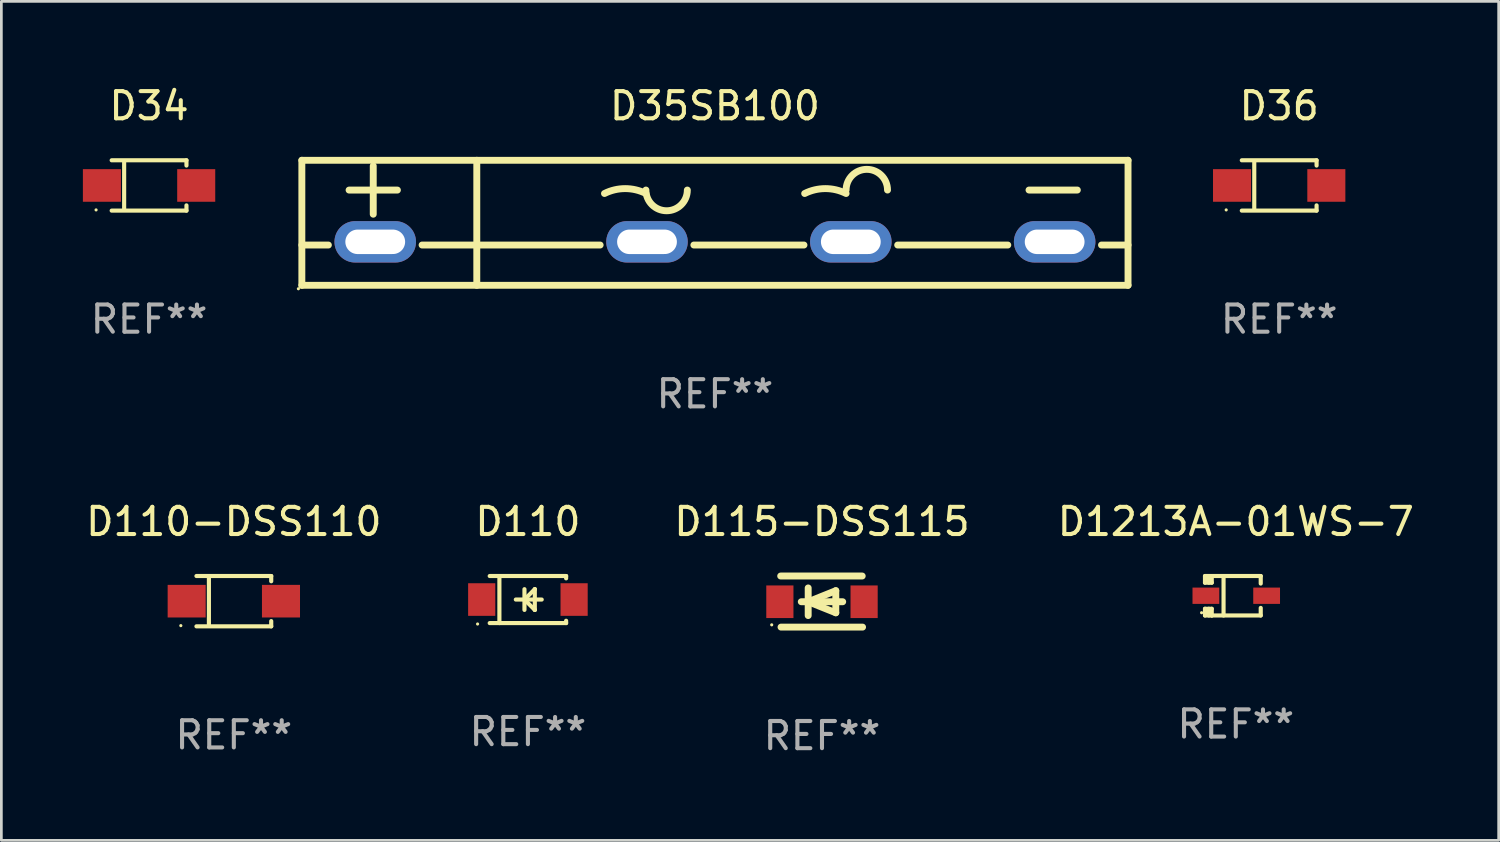
<source format=kicad_pcb>
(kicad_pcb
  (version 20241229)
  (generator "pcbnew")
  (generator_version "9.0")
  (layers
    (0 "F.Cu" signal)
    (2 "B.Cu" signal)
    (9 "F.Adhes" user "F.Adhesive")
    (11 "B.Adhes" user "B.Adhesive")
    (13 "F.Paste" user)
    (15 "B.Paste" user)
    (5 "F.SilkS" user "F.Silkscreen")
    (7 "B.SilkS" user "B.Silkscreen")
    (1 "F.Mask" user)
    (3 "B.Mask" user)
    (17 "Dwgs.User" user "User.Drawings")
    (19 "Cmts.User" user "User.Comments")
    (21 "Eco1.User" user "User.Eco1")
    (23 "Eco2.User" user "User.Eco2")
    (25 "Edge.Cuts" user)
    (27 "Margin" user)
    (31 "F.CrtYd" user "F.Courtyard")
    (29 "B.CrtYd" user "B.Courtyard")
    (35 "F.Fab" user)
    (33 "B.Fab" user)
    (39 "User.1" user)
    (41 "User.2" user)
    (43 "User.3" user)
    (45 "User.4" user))
  (footprint "D35SB100"
    (layer "F.Cu")
    (at 23.257 5.148)
    (property "Reference" "D35SB100" (at 0 -4.3 0) (layer "F.SilkS") (effects (font (size 1 1) (thickness 0.15))))
    (attr through_hole)
    (fp_line (start -15.2 -2.3) (end -15.2 2.3) (stroke (width 0.254) (type solid)) (layer "F.SilkS"))
    (fp_line (start -15.2 0.818) (end -14.224 0.818) (stroke (width 0.254) (type solid)) (layer "F.SilkS"))
    (fp_line (start -15.2 2.3) (end 15.2 2.3) (stroke (width 0.254) (type solid)) (layer "F.SilkS"))
    (fp_line (start -13.462 -1.204) (end -11.684 -1.204) (stroke (width 0.254) (type solid)) (layer "F.SilkS"))
    (fp_line (start -12.573 -0.316) (end -12.573 -2.094) (stroke (width 0.254) (type solid)) (layer "F.SilkS"))
    (fp_line (start -10.776 0.818) (end -4.224 0.818) (stroke (width 0.254) (type solid)) (layer "F.SilkS"))
    (fp_line (start -8.763 -2.3) (end -8.763 2.3) (stroke (width 0.254) (type solid)) (layer "F.SilkS"))
    (fp_line (start -0.776 0.818) (end 3.276 0.818) (stroke (width 0.254) (type solid)) (layer "F.SilkS"))
    (fp_line (start 6.724 0.818) (end 10.776 0.818) (stroke (width 0.254) (type solid)) (layer "F.SilkS"))
    (fp_line (start 11.557 -1.205) (end 13.335 -1.205) (stroke (width 0.254) (type solid)) (layer "F.SilkS"))
    (fp_line (start 14.224 0.818) (end 15.2 0.818) (stroke (width 0.254) (type solid)) (layer "F.SilkS"))
    (fp_line (start 15.2 -2.3) (end -15.2 -2.3) (stroke (width 0.254) (type solid)) (layer "F.SilkS"))
    (fp_line (start 15.2 2.3) (end 15.2 -2.3) (stroke (width 0.254) (type solid)) (layer "F.SilkS"))
    (fp_arc (start -4.064072 -1.078016) (mid -3.30207 -1.2579) (end -2.540069 -1.078016) (stroke (width 0.254001) (type solid)) (layer "F.SilkS"))
    (fp_arc (start -1.016015 -1.204763) (mid -1.778016 -0.442762) (end -2.540017 -1.204763) (stroke (width 0.254001) (type solid)) (layer "F.SilkS"))
    (fp_arc (start 3.301994 -1.078016) (mid 4.063995 -1.2579) (end 4.825997 -1.078016) (stroke (width 0.254001) (type solid)) (layer "F.SilkS"))
    (fp_arc (start 4.826047 -1.204763) (mid 5.588049 -1.966765) (end 6.350051 -1.204763) (stroke (width 0.254001) (type solid)) (layer "F.SilkS"))
    (fp_circle (center -15.327 2.427) (end -15.297 2.427) (stroke (width 0.06) (type solid)) (fill no) (layer "F.SilkS"))
    (fp_text user "REF**" (at 0 6.3 0) (layer "F.Fab") (effects (font (size 1 1) (thickness 0.15))))
    (pad "1" thru_hole oval (at -12.5 0.7) (size 3 1.524) (drill oval 2.2 0.9) (layers "*.Cu" "*.Mask"))
    (pad "2" thru_hole oval (at -2.5 0.7) (size 3 1.524) (drill oval 2.2 0.9) (layers "*.Cu" "*.Mask"))
    (pad "3" thru_hole oval (at 5 0.7) (size 3 1.524) (drill oval 2.2 0.9) (layers "*.Cu" "*.Mask"))
    (pad "4" thru_hole oval (at 12.5 0.7) (size 3 1.524) (drill oval 2.2 0.9) (layers "*.Cu" "*.Mask")))
  (footprint "D110-DSS110"
    (layer "F.Cu")
    (at 5.554 19.071)
    (property "Reference" "D110-DSS110" (at 0 -2.926 0) (layer "F.SilkS") (effects (font (size 1 1) (thickness 0.15))))
    (attr through_hole)
    (fp_line (start -1.376 -0.926) (end 1.376 -0.926) (stroke (width 0.152) (type solid)) (layer "F.SilkS"))
    (fp_line (start -1.376 0.926) (end 1.376 0.926) (stroke (width 0.152) (type solid)) (layer "F.SilkS"))
    (fp_line (start -0.917 -0.876) (end -0.917 0.876) (stroke (width 0.152) (type solid)) (layer "F.SilkS"))
    (fp_line (start 1.376 -0.926) (end 1.376 -0.733) (stroke (width 0.152) (type solid)) (layer "F.SilkS"))
    (fp_line (start 1.376 0.926) (end 1.376 0.733) (stroke (width 0.152) (type solid)) (layer "F.SilkS"))
    (fp_circle (center -1.95 0.9) (end -1.92 0.9) (stroke (width 0.06) (type solid)) (fill no) (layer "F.SilkS"))
    (fp_text user "REF**" (at 0 4.926 0) (layer "F.Fab") (effects (font (size 1 1) (thickness 0.15))))
    (pad "1" smd rect (at -1.735 0) (size 1.4 1.2) (layers "F.Cu" "F.Mask" "F.Paste"))
    (pad "2" smd rect (at 1.735 0) (size 1.4 1.2) (layers "F.Cu" "F.Mask" "F.Paste")))
  (footprint "D110"
    (layer "F.Cu")
    (at 16.375 19.011)
    (property "Reference" "D110" (at 0 -2.866 0) (layer "F.SilkS") (effects (font (size 1 1) (thickness 0.15))))
    (attr through_hole)
    (fp_line (start -1.406 -0.866) (end 1.406 -0.866) (stroke (width 0.152) (type solid)) (layer "F.SilkS"))
    (fp_line (start -1.406 0.866) (end 1.406 0.866) (stroke (width 0.152) (type solid)) (layer "F.SilkS"))
    (fp_line (start -1.049 -0.866) (end -1.049 0.866) (stroke (width 0.152) (type solid)) (layer "F.SilkS"))
    (fp_line (start -0.445 0) (end 0.508 0) (stroke (width 0.152) (type solid)) (layer "F.SilkS"))
    (fp_line (start -0.127 -0.381) (end -0.127 0.381) (stroke (width 0.152) (type solid)) (layer "F.SilkS"))
    (fp_line (start 0.254 -0.381) (end -0.127 0) (stroke (width 0.152) (type solid)) (layer "F.SilkS"))
    (fp_line (start 0.254 0.381) (end -0.127 0) (stroke (width 0.152) (type solid)) (layer "F.SilkS"))
    (fp_line (start 0.254 -0.381) (end 0.254 -0.381) (stroke (width 0.152) (type solid)) (layer "F.SilkS"))
    (fp_line (start 0.254 -0.381) (end 0.254 0.381) (stroke (width 0.152) (type solid)) (layer "F.SilkS"))
    (fp_line (start 0.254 0.381) (end 0.254 0.381) (stroke (width 0.152) (type solid)) (layer "F.SilkS"))
    (fp_line (start 1.406 -0.866) (end 1.406 -0.78) (stroke (width 0.152) (type solid)) (layer "F.SilkS"))
    (fp_line (start 1.406 0.78) (end 1.406 0.866) (stroke (width 0.152) (type solid)) (layer "F.SilkS"))
    (fp_circle (center -1.852 0.9) (end -1.822 0.9) (stroke (width 0.06) (type solid)) (fill no) (layer "F.SilkS"))
    (fp_text user "REF**" (at 0 4.866 0) (layer "F.Fab") (effects (font (size 1 1) (thickness 0.15))))
    (pad "1" smd rect (at -1.7 0) (size 1 1.2) (layers "F.Cu" "F.Mask" "F.Paste"))
    (pad "2" smd rect (at 1.7 0) (size 1 1.2) (layers "F.Cu" "F.Mask" "F.Paste")))
  (footprint "D34"
    (layer "F.Cu")
    (at 2.435 3.774)
    (property "Reference" "D34" (at 0 -2.926 0) (layer "F.SilkS") (effects (font (size 1 1) (thickness 0.15))))
    (attr through_hole)
    (fp_line (start -1.376 -0.926) (end 1.376 -0.926) (stroke (width 0.152) (type solid)) (layer "F.SilkS"))
    (fp_line (start -1.376 0.926) (end 1.376 0.926) (stroke (width 0.152) (type solid)) (layer "F.SilkS"))
    (fp_line (start -0.917 -0.876) (end -0.917 0.876) (stroke (width 0.152) (type solid)) (layer "F.SilkS"))
    (fp_line (start 1.376 -0.926) (end 1.376 -0.733) (stroke (width 0.152) (type solid)) (layer "F.SilkS"))
    (fp_line (start 1.376 0.926) (end 1.376 0.733) (stroke (width 0.152) (type solid)) (layer "F.SilkS"))
    (fp_circle (center -1.95 0.9) (end -1.92 0.9) (stroke (width 0.06) (type solid)) (fill no) (layer "F.SilkS"))
    (fp_text user "REF**" (at 0 4.926 0) (layer "F.Fab") (effects (font (size 1 1) (thickness 0.15))))
    (pad "1" smd rect (at -1.735 0) (size 1.4 1.2) (layers "F.Cu" "F.Mask" "F.Paste"))
    (pad "2" smd rect (at 1.735 0) (size 1.4 1.2) (layers "F.Cu" "F.Mask" "F.Paste")))
  (footprint "D1213A-01WS-7"
    (layer "F.Cu")
    (at 42.423 18.871)
    (property "Reference" "D1213A-01WS-7" (at 0 -2.726 0) (layer "F.SilkS") (effects (font (size 1 1) (thickness 0.15))))
    (attr through_hole)
    (fp_line (start -1.134 0.48) (end -1.134 0.726) (stroke (width 0.152) (type solid)) (layer "F.SilkS"))
    (fp_line (start -1.134 0.726) (end -0.885 0.726) (stroke (width 0.152) (type solid)) (layer "F.SilkS"))
    (fp_line (start -1.134 -0.726) (end -1.134 -0.48) (stroke (width 0.152) (type solid)) (layer "F.SilkS"))
    (fp_line (start -0.992 -0.726) (end -0.992 -0.48) (stroke (width 0.152) (type solid)) (layer "F.SilkS"))
    (fp_line (start -0.992 0.48) (end -0.992 0.726) (stroke (width 0.152) (type solid)) (layer "F.SilkS"))
    (fp_line (start -0.885 -0.726) (end -1.134 -0.726) (stroke (width 0.152) (type solid)) (layer "F.SilkS"))
    (fp_line (start -0.885 -0.48) (end -1.134 -0.48) (stroke (width 0.152) (type solid)) (layer "F.SilkS"))
    (fp_line (start -0.885 -0.48) (end -0.885 -0.726) (stroke (width 0.152) (type solid)) (layer "F.SilkS"))
    (fp_line (start -0.885 0.48) (end -1.134 0.48) (stroke (width 0.152) (type solid)) (layer "F.SilkS"))
    (fp_line (start -0.885 0.48) (end -0.885 0.726) (stroke (width 0.152) (type solid)) (layer "F.SilkS"))
    (fp_line (start -0.451 0.726) (end -0.451 -0.726) (stroke (width 0.152) (type solid)) (layer "F.SilkS"))
    (fp_line (start 0.917 -0.726) (end -0.885 -0.726) (stroke (width 0.152) (type solid)) (layer "F.SilkS"))
    (fp_line (start 0.917 -0.726) (end 0.917 -0.448) (stroke (width 0.152) (type solid)) (layer "F.SilkS"))
    (fp_line (start 0.917 0.726) (end -0.885 0.726) (stroke (width 0.152) (type solid)) (layer "F.SilkS"))
    (fp_line (start 0.917 0.726) (end 0.917 0.448) (stroke (width 0.152) (type solid)) (layer "F.SilkS"))
    (fp_circle (center -1.259 0.625) (end -1.229 0.625) (stroke (width 0.06) (type solid)) (fill no) (layer "F.SilkS"))
    (fp_text user "REF**" (at 0 4.726 0) (layer "F.Fab") (effects (font (size 1 1) (thickness 0.15))))
    (pad "1" smd rect (at -1.101 -0.000114) (size 0.985 0.6) (layers "F.Cu" "F.Mask" "F.Paste"))
    (pad "2" smd rect (at 1.134 -0.000114) (size 0.985 0.6) (layers "F.Cu" "F.Mask" "F.Paste")))
  (footprint "D36"
    (layer "F.Cu")
    (at 44.019 3.774)
    (property "Reference" "D36" (at 0 -2.926 0) (layer "F.SilkS") (effects (font (size 1 1) (thickness 0.15))))
    (attr through_hole)
    (fp_line (start -1.376 -0.926) (end 1.376 -0.926) (stroke (width 0.152) (type solid)) (layer "F.SilkS"))
    (fp_line (start -1.376 0.926) (end 1.376 0.926) (stroke (width 0.152) (type solid)) (layer "F.SilkS"))
    (fp_line (start -0.917 -0.876) (end -0.917 0.876) (stroke (width 0.152) (type solid)) (layer "F.SilkS"))
    (fp_line (start 1.376 -0.926) (end 1.376 -0.733) (stroke (width 0.152) (type solid)) (layer "F.SilkS"))
    (fp_line (start 1.376 0.926) (end 1.376 0.733) (stroke (width 0.152) (type solid)) (layer "F.SilkS"))
    (fp_circle (center -1.95 0.9) (end -1.92 0.9) (stroke (width 0.06) (type solid)) (fill no) (layer "F.SilkS"))
    (fp_text user "REF**" (at 0 4.926 0) (layer "F.Fab") (effects (font (size 1 1) (thickness 0.15))))
    (pad "1" smd rect (at -1.735 0) (size 1.4 1.2) (layers "F.Cu" "F.Mask" "F.Paste"))
    (pad "2" smd rect (at 1.735 0) (size 1.4 1.2) (layers "F.Cu" "F.Mask" "F.Paste")))
  (footprint "D115-DSS115"
    (layer "F.Cu")
    (at 27.196 19.085)
    (property "Reference" "D115-DSS115" (at 0 -2.94 0) (layer "F.SilkS") (effects (font (size 1 1) (thickness 0.15))))
    (attr through_hole)
    (fp_line (start -1.52 -0.94) (end 1.48 -0.94) (stroke (width 0.254) (type solid)) (layer "F.SilkS"))
    (fp_line (start -1.507 0.94) (end 1.493 0.94) (stroke (width 0.254) (type solid)) (layer "F.SilkS"))
    (fp_line (start -0.762 0.007) (end 0.762 0.007) (stroke (width 0.254) (type solid)) (layer "F.SilkS"))
    (fp_line (start -0.508 -0.501) (end -0.508 0.515) (stroke (width 0.254) (type solid)) (layer "F.SilkS"))
    (fp_line (start -0.508 0.007) (end 0.508 -0.4) (stroke (width 0.254) (type solid)) (layer "F.SilkS"))
    (fp_line (start 0.508 -0.4) (end 0.508 0.413) (stroke (width 0.254) (type solid)) (layer "F.SilkS"))
    (fp_line (start 0.508 0.413) (end -0.508 0.007) (stroke (width 0.254) (type solid)) (layer "F.SilkS"))
    (fp_circle (center -1.85 0.857) (end -1.82 0.857) (stroke (width 0.06) (type solid)) (fill no) (layer "F.SilkS"))
    (fp_text user "REF**" (at 0 4.94 0) (layer "F.Fab") (effects (font (size 1 1) (thickness 0.15))))
    (pad "1" smd rect (at -1.55 0.007) (size 1 1.2) (layers "F.Cu" "F.Mask" "F.Paste"))
    (pad "2" smd rect (at 1.55 0.007) (size 1 1.2) (layers "F.Cu" "F.Mask" "F.Paste")))
  (gr_rect
    (start -3 -3)
    (end 52.095 27.873)
    (stroke (width 0.1) (type default))
    (fill no)
    (layer "Edge.Cuts")))
</source>
